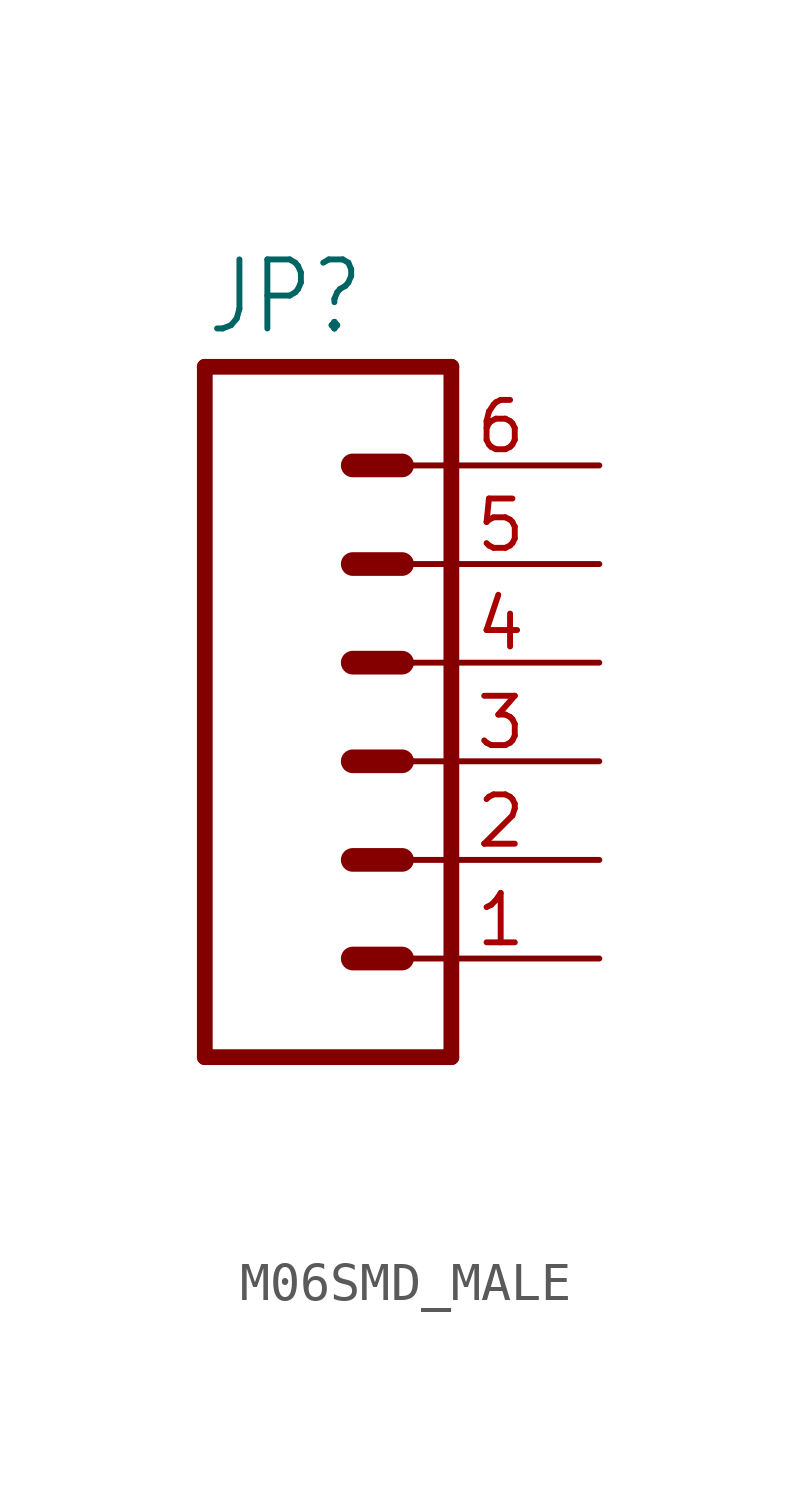
<source format=kicad_sym>
(kicad_symbol_lib
  (version 20231120)
  (generator "kicad_symbol_editor")
  (generator_version "8.0")
  (symbol "M06SMD_MALE"
    (property "Reference" "JP"
      (at -5.08 10.922 0)
      (effects (font (size 1.778 1.511)) (justify left bottom)))
    (property "Value" ""
      (at -5.08 -10.16 0)
      (effects (font (size 1.778 1.511)) (justify left bottom)))
    (property "ki_locked" ""
      (at 0 0 0)
      (effects (font (size 1.27 1.27))))
    (symbol "M06SMD_MALE_1_0"
      (polyline (pts (xy -5.08 10.16) (xy -5.08 -7.62)) (stroke (width 0.406) (type solid)) (fill (type none)))
      (polyline (pts (xy -5.08 10.16) (xy 1.27 10.16)) (stroke (width 0.406) (type solid)) (fill (type none)))
      (polyline (pts (xy -1.27 -5.08) (xy 0 -5.08)) (stroke (width 0.61) (type solid)) (fill (type none)))
      (polyline (pts (xy -1.27 -2.54) (xy 0 -2.54)) (stroke (width 0.61) (type solid)) (fill (type none)))
      (polyline (pts (xy -1.27 0) (xy 0 0)) (stroke (width 0.61) (type solid)) (fill (type none)))
      (polyline (pts (xy -1.27 2.54) (xy 0 2.54)) (stroke (width 0.61) (type solid)) (fill (type none)))
      (polyline (pts (xy -1.27 5.08) (xy 0 5.08)) (stroke (width 0.61) (type solid)) (fill (type none)))
      (polyline (pts (xy -1.27 7.62) (xy 0 7.62)) (stroke (width 0.61) (type solid)) (fill (type none)))
      (polyline (pts (xy 1.27 -7.62) (xy -5.08 -7.62)) (stroke (width 0.406) (type solid)) (fill (type none)))
      (polyline (pts (xy 1.27 -7.62) (xy 1.27 10.16)) (stroke (width 0.406) (type solid)) (fill (type none)))
      (pin passive line (at 5.08 -5.08 180) (length 5.08) (name "1" (effects (font (size 0 0)))) (number "1" (effects (font (size 1.27 1.27)))))
      (pin passive line (at 5.08 -2.54 180) (length 5.08) (name "2" (effects (font (size 0 0)))) (number "2" (effects (font (size 1.27 1.27)))))
      (pin passive line (at 5.08 0 180) (length 5.08) (name "3" (effects (font (size 0 0)))) (number "3" (effects (font (size 1.27 1.27)))))
      (pin passive line (at 5.08 2.54 180) (length 5.08) (name "4" (effects (font (size 0 0)))) (number "4" (effects (font (size 1.27 1.27)))))
      (pin passive line (at 5.08 5.08 180) (length 5.08) (name "5" (effects (font (size 0 0)))) (number "5" (effects (font (size 1.27 1.27)))))
      (pin passive line (at 5.08 7.62 180) (length 5.08) (name "6" (effects (font (size 0 0)))) (number "6" (effects (font (size 1.27 1.27))))))))
</source>
